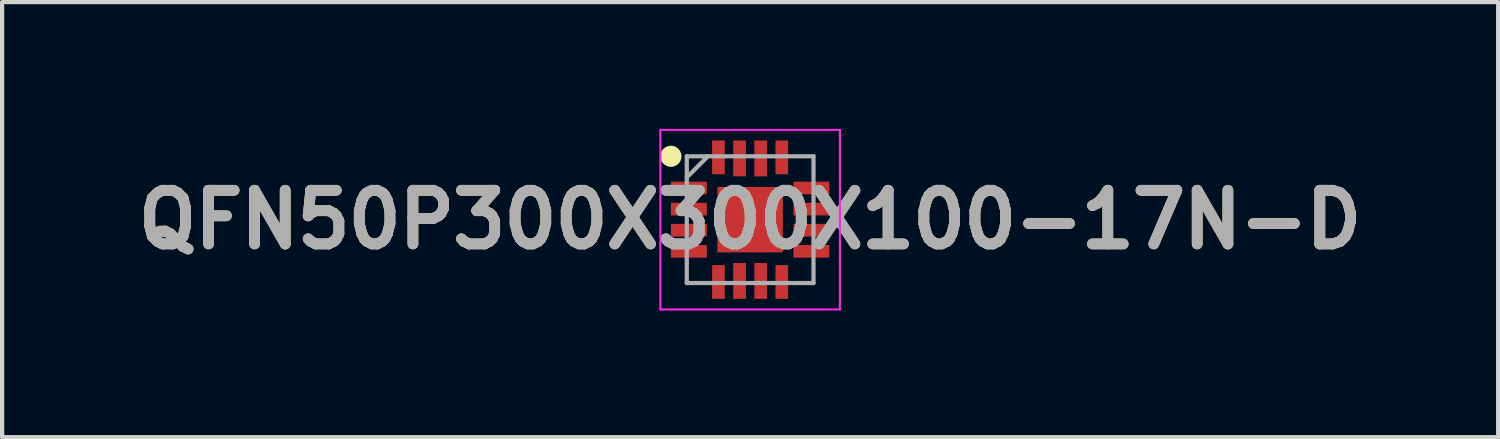
<source format=kicad_pcb>
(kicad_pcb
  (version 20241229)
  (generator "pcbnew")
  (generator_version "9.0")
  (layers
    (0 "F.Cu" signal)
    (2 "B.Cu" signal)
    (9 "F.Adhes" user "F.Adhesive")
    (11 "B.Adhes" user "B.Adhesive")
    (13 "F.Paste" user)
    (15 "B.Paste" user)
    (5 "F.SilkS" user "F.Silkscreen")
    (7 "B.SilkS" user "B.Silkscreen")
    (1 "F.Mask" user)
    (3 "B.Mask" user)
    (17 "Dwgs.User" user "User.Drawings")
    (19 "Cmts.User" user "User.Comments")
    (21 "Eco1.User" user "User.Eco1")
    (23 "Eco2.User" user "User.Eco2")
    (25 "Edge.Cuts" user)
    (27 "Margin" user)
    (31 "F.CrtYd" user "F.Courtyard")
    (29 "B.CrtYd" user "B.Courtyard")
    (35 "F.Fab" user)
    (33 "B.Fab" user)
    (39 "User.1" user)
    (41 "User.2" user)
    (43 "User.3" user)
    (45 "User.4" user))
  (footprint "QFN50P300X300X100-17N-D"
    (layer "F.Cu")
    (at 14.708 2.15)
    (property "Reference" "QFN50P300X300X100-17N-D" (at 0 0 0) (layer "F.SilkS") (effects (font (size 1.27 1.27) (thickness 0.254))))
    (attr smd)
    (fp_circle (center -1.875 -1.5) (end -1.875 -1.375) (stroke (width 0.25) (type solid)) (fill no) (layer "F.SilkS"))
    (fp_line (start -2.125 -2.125) (end 2.125 -2.125) (stroke (width 0.05) (type solid)) (layer "F.CrtYd"))
    (fp_line (start -2.125 2.125) (end -2.125 -2.125) (stroke (width 0.05) (type solid)) (layer "F.CrtYd"))
    (fp_line (start 2.125 -2.125) (end 2.125 2.125) (stroke (width 0.05) (type solid)) (layer "F.CrtYd"))
    (fp_line (start 2.125 2.125) (end -2.125 2.125) (stroke (width 0.05) (type solid)) (layer "F.CrtYd"))
    (fp_line (start -1.5 -1.5) (end 1.5 -1.5) (stroke (width 0.1) (type solid)) (layer "F.Fab"))
    (fp_line (start -1.5 -1) (end -1 -1.5) (stroke (width 0.1) (type solid)) (layer "F.Fab"))
    (fp_line (start -1.5 1.5) (end -1.5 -1.5) (stroke (width 0.1) (type solid)) (layer "F.Fab"))
    (fp_line (start 1.5 -1.5) (end 1.5 1.5) (stroke (width 0.1) (type solid)) (layer "F.Fab"))
    (fp_line (start 1.5 1.5) (end -1.5 1.5) (stroke (width 0.1) (type solid)) (layer "F.Fab"))
    (fp_text user "${REFERENCE}" (at 0 0 0) (layer "F.Fab") (effects (font (size 1.27 1.27) (thickness 0.254))))
    (pad "1" smd rect (at -1.45 -0.75 90) (size 0.3 0.85) (layers "F.Cu" "F.Mask" "F.Paste"))
    (pad "2" smd rect (at -1.45 -0.25 90) (size 0.3 0.85) (layers "F.Cu" "F.Mask" "F.Paste"))
    (pad "3" smd rect (at -1.45 0.25 90) (size 0.3 0.85) (layers "F.Cu" "F.Mask" "F.Paste"))
    (pad "4" smd rect (at -1.45 0.75 90) (size 0.3 0.85) (layers "F.Cu" "F.Mask" "F.Paste"))
    (pad "5" smd rect (at -0.75 1.475) (size 0.3 0.8) (layers "F.Cu" "F.Mask" "F.Paste"))
    (pad "6" smd rect (at -0.25 1.45) (size 0.3 0.85) (layers "F.Cu" "F.Mask" "F.Paste"))
    (pad "7" smd rect (at 0.25 1.45) (size 0.3 0.85) (layers "F.Cu" "F.Mask" "F.Paste"))
    (pad "8" smd rect (at 0.75 1.475) (size 0.3 0.8) (layers "F.Cu" "F.Mask" "F.Paste"))
    (pad "9" smd rect (at 1.45 0.75 90) (size 0.3 0.85) (layers "F.Cu" "F.Mask" "F.Paste"))
    (pad "10" smd rect (at 1.45 0.25 90) (size 0.3 0.85) (layers "F.Cu" "F.Mask" "F.Paste"))
    (pad "11" smd rect (at 1.45 -0.25 90) (size 0.3 0.85) (layers "F.Cu" "F.Mask" "F.Paste"))
    (pad "12" smd rect (at 1.45 -0.75 90) (size 0.3 0.85) (layers "F.Cu" "F.Mask" "F.Paste"))
    (pad "13" smd rect (at 0.75 -1.475) (size 0.3 0.8) (layers "F.Cu" "F.Mask" "F.Paste"))
    (pad "14" smd rect (at 0.25 -1.45) (size 0.3 0.85) (layers "F.Cu" "F.Mask" "F.Paste"))
    (pad "15" smd rect (at -0.25 -1.45) (size 0.3 0.85) (layers "F.Cu" "F.Mask" "F.Paste"))
    (pad "16" smd rect (at -0.75 -1.475) (size 0.3 0.8) (layers "F.Cu" "F.Mask" "F.Paste"))
    (pad "17" smd rect (at 0 0) (size 1.55 1.55) (layers "F.Cu" "F.Mask" "F.Paste")))
  (gr_rect
    (start -3 -3)
    (end 32.416 7.3)
    (stroke (width 0.1) (type default))
    (fill no)
    (layer "Edge.Cuts")))
</source>
